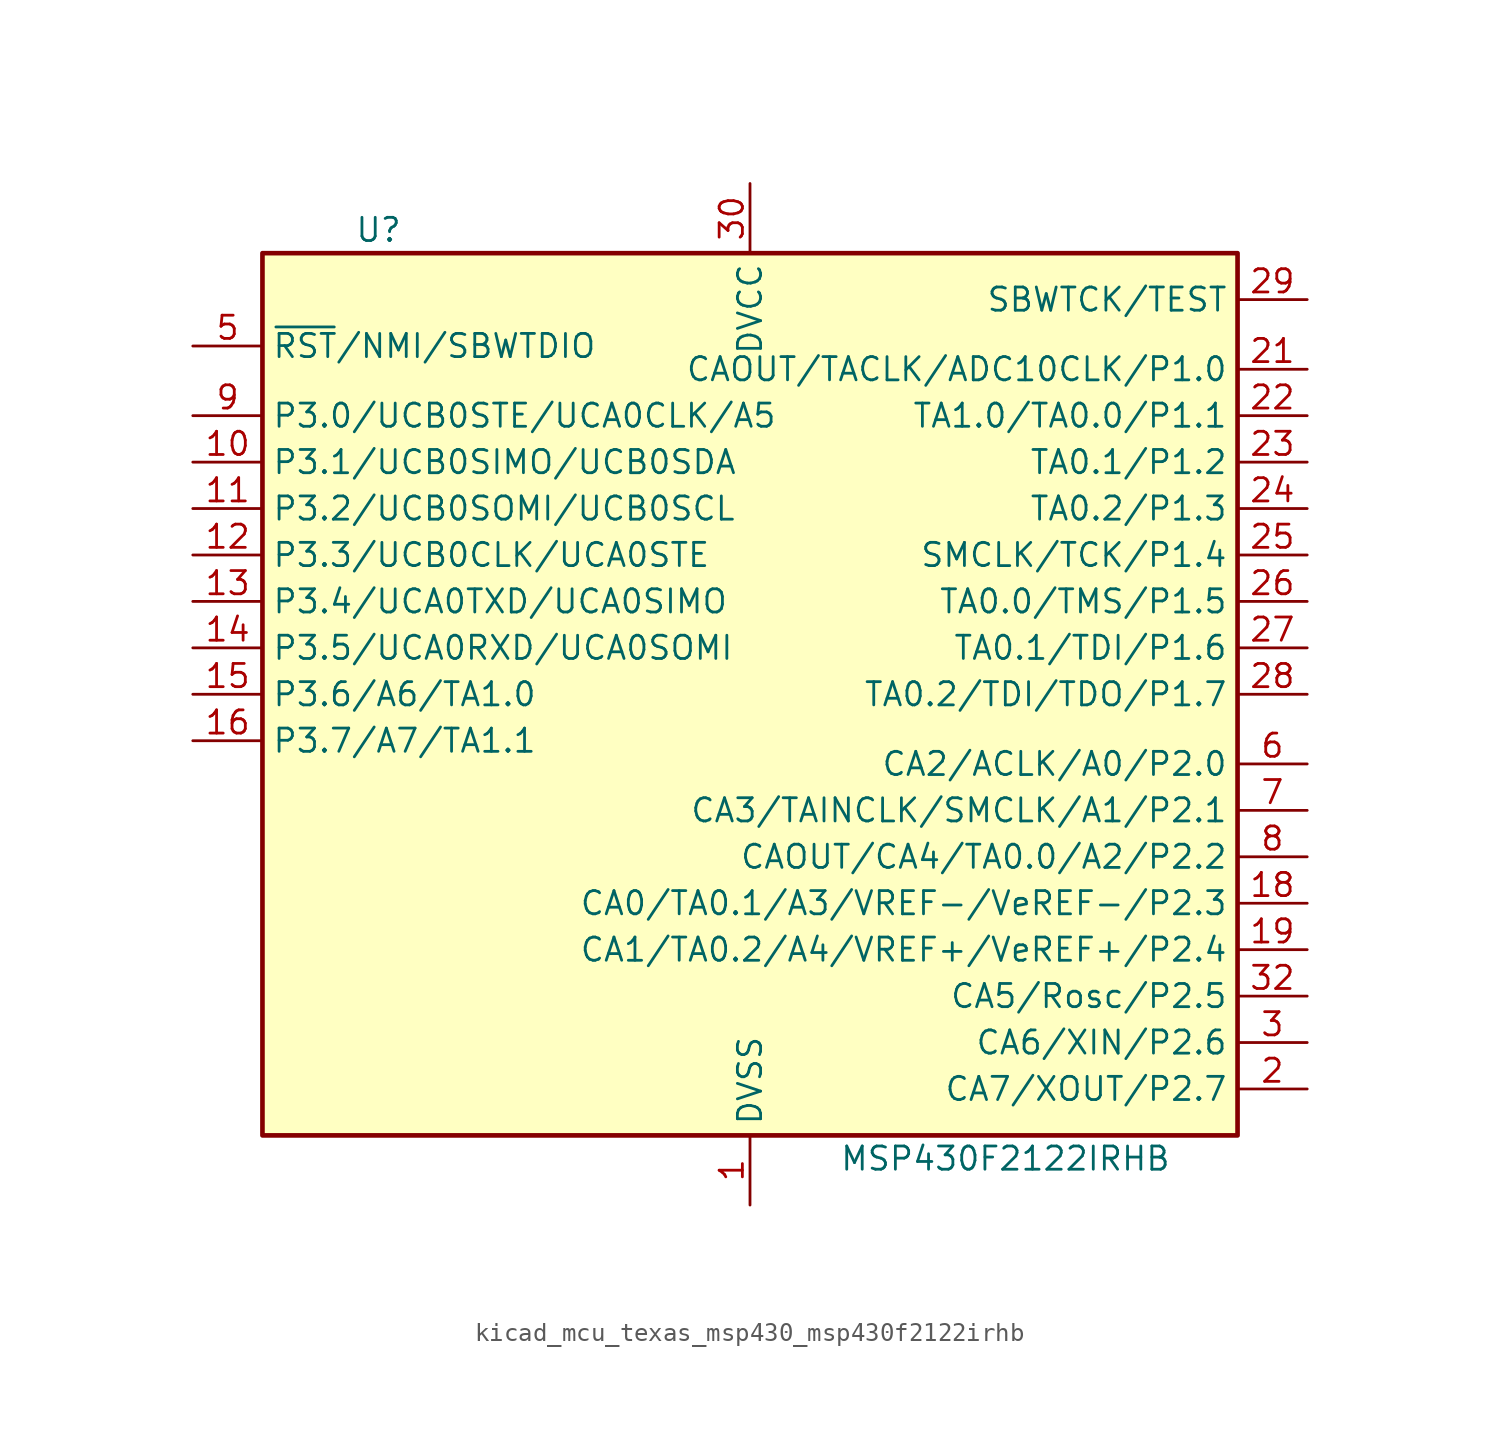
<source format=kicad_sym>
(kicad_symbol_lib
  (version 20220914)
  (generator kicad_symbol_editor)
  (symbol "kicad_mcu_texas_msp430_msp430f2122irhb"
    (property "Reference" "U"
      (at -20.32 25.4 0)
      (effects (font (size 1.27 1.27))))
    (property "Value" "MSP430F2122IRHB"
      (at 13.97 -25.4 0)
      (effects (font (size 1.27 1.27))))
    (symbol "kicad_mcu_texas_msp430_msp430f2122irhb_0_1"
      (rectangle (start -26.67 24.13) (end 26.67 -24.13) (stroke (width 0.254) (type default)) (fill (type background))))
    (symbol "kicad_mcu_texas_msp430_msp430f2122irhb_1_1"
      (pin power_in line (at 0 -27.94 90) (length 3.81) (name "DVSS" (effects (font (size 1.27 1.27)))) (number "1" (effects (font (size 1.27 1.27)))))
      (pin bidirectional line (at -30.48 12.7 0) (length 3.81) (name "P3.1/UCB0SIMO/UCB0SDA" (effects (font (size 1.27 1.27)))) (number "10" (effects (font (size 1.27 1.27)))))
      (pin bidirectional line (at -30.48 10.16 0) (length 3.81) (name "P3.2/UCB0SOMI/UCB0SCL" (effects (font (size 1.27 1.27)))) (number "11" (effects (font (size 1.27 1.27)))))
      (pin bidirectional line (at -30.48 7.62 0) (length 3.81) (name "P3.3/UCB0CLK/UCA0STE" (effects (font (size 1.27 1.27)))) (number "12" (effects (font (size 1.27 1.27)))))
      (pin bidirectional line (at -30.48 5.08 0) (length 3.81) (name "P3.4/UCA0TXD/UCA0SIMO" (effects (font (size 1.27 1.27)))) (number "13" (effects (font (size 1.27 1.27)))))
      (pin bidirectional line (at -30.48 2.54 0) (length 3.81) (name "P3.5/UCA0RXD/UCA0SOMI" (effects (font (size 1.27 1.27)))) (number "14" (effects (font (size 1.27 1.27)))))
      (pin bidirectional line (at -30.48 0 0) (length 3.81) (name "P3.6/A6/TA1.0" (effects (font (size 1.27 1.27)))) (number "15" (effects (font (size 1.27 1.27)))))
      (pin bidirectional line (at -30.48 -2.54 0) (length 3.81) (name "P3.7/A7/TA1.1" (effects (font (size 1.27 1.27)))) (number "16" (effects (font (size 1.27 1.27)))))
      (pin bidirectional line (at 30.48 -11.43 180) (length 3.81) (name "CA0/TA0.1/A3/VREF-/VeREF-/P2.3" (effects (font (size 1.27 1.27)))) (number "18" (effects (font (size 1.27 1.27)))))
      (pin bidirectional line (at 30.48 -13.97 180) (length 3.81) (name "CA1/TA0.2/A4/VREF+/VeREF+/P2.4" (effects (font (size 1.27 1.27)))) (number "19" (effects (font (size 1.27 1.27)))))
      (pin bidirectional line (at 30.48 -21.59 180) (length 3.81) (name "CA7/XOUT/P2.7" (effects (font (size 1.27 1.27)))) (number "2" (effects (font (size 1.27 1.27)))))
      (pin bidirectional line (at 30.48 17.78 180) (length 3.81) (name "CAOUT/TACLK/ADC10CLK/P1.0" (effects (font (size 1.27 1.27)))) (number "21" (effects (font (size 1.27 1.27)))))
      (pin bidirectional line (at 30.48 15.24 180) (length 3.81) (name "TA1.0/TA0.0/P1.1" (effects (font (size 1.27 1.27)))) (number "22" (effects (font (size 1.27 1.27)))))
      (pin bidirectional line (at 30.48 12.7 180) (length 3.81) (name "TA0.1/P1.2" (effects (font (size 1.27 1.27)))) (number "23" (effects (font (size 1.27 1.27)))))
      (pin bidirectional line (at 30.48 10.16 180) (length 3.81) (name "TA0.2/P1.3" (effects (font (size 1.27 1.27)))) (number "24" (effects (font (size 1.27 1.27)))))
      (pin bidirectional line (at 30.48 7.62 180) (length 3.81) (name "SMCLK/TCK/P1.4" (effects (font (size 1.27 1.27)))) (number "25" (effects (font (size 1.27 1.27)))))
      (pin bidirectional line (at 30.48 5.08 180) (length 3.81) (name "TA0.0/TMS/P1.5" (effects (font (size 1.27 1.27)))) (number "26" (effects (font (size 1.27 1.27)))))
      (pin bidirectional line (at 30.48 2.54 180) (length 3.81) (name "TA0.1/TDI/P1.6" (effects (font (size 1.27 1.27)))) (number "27" (effects (font (size 1.27 1.27)))))
      (pin bidirectional line (at 30.48 0 180) (length 3.81) (name "TA0.2/TDI/TDO/P1.7" (effects (font (size 1.27 1.27)))) (number "28" (effects (font (size 1.27 1.27)))))
      (pin input line (at 30.48 21.59 180) (length 3.81) (name "SBWTCK/TEST" (effects (font (size 1.27 1.27)))) (number "29" (effects (font (size 1.27 1.27)))))
      (pin bidirectional line (at 30.48 -19.05 180) (length 3.81) (name "CA6/XIN/P2.6" (effects (font (size 1.27 1.27)))) (number "3" (effects (font (size 1.27 1.27)))))
      (pin power_in line (at 0 27.94 270) (length 3.81) (name "DVCC" (effects (font (size 1.27 1.27)))) (number "30" (effects (font (size 1.27 1.27)))))
      (pin bidirectional line (at 30.48 -16.51 180) (length 3.81) (name "CA5/Rosc/P2.5" (effects (font (size 1.27 1.27)))) (number "32" (effects (font (size 1.27 1.27)))))
      (pin bidirectional line (at -30.48 19.05 0) (length 3.81) (name "~{RST}/NMI/SBWTDIO" (effects (font (size 1.27 1.27)))) (number "5" (effects (font (size 1.27 1.27)))))
      (pin bidirectional line (at 30.48 -3.81 180) (length 3.81) (name "CA2/ACLK/A0/P2.0" (effects (font (size 1.27 1.27)))) (number "6" (effects (font (size 1.27 1.27)))))
      (pin bidirectional line (at 30.48 -6.35 180) (length 3.81) (name "CA3/TAINCLK/SMCLK/A1/P2.1" (effects (font (size 1.27 1.27)))) (number "7" (effects (font (size 1.27 1.27)))))
      (pin bidirectional line (at 30.48 -8.89 180) (length 3.81) (name "CAOUT/CA4/TA0.0/A2/P2.2" (effects (font (size 1.27 1.27)))) (number "8" (effects (font (size 1.27 1.27)))))
      (pin bidirectional line (at -30.48 15.24 0) (length 3.81) (name "P3.0/UCB0STE/UCA0CLK/A5" (effects (font (size 1.27 1.27)))) (number "9" (effects (font (size 1.27 1.27))))))))
</source>
